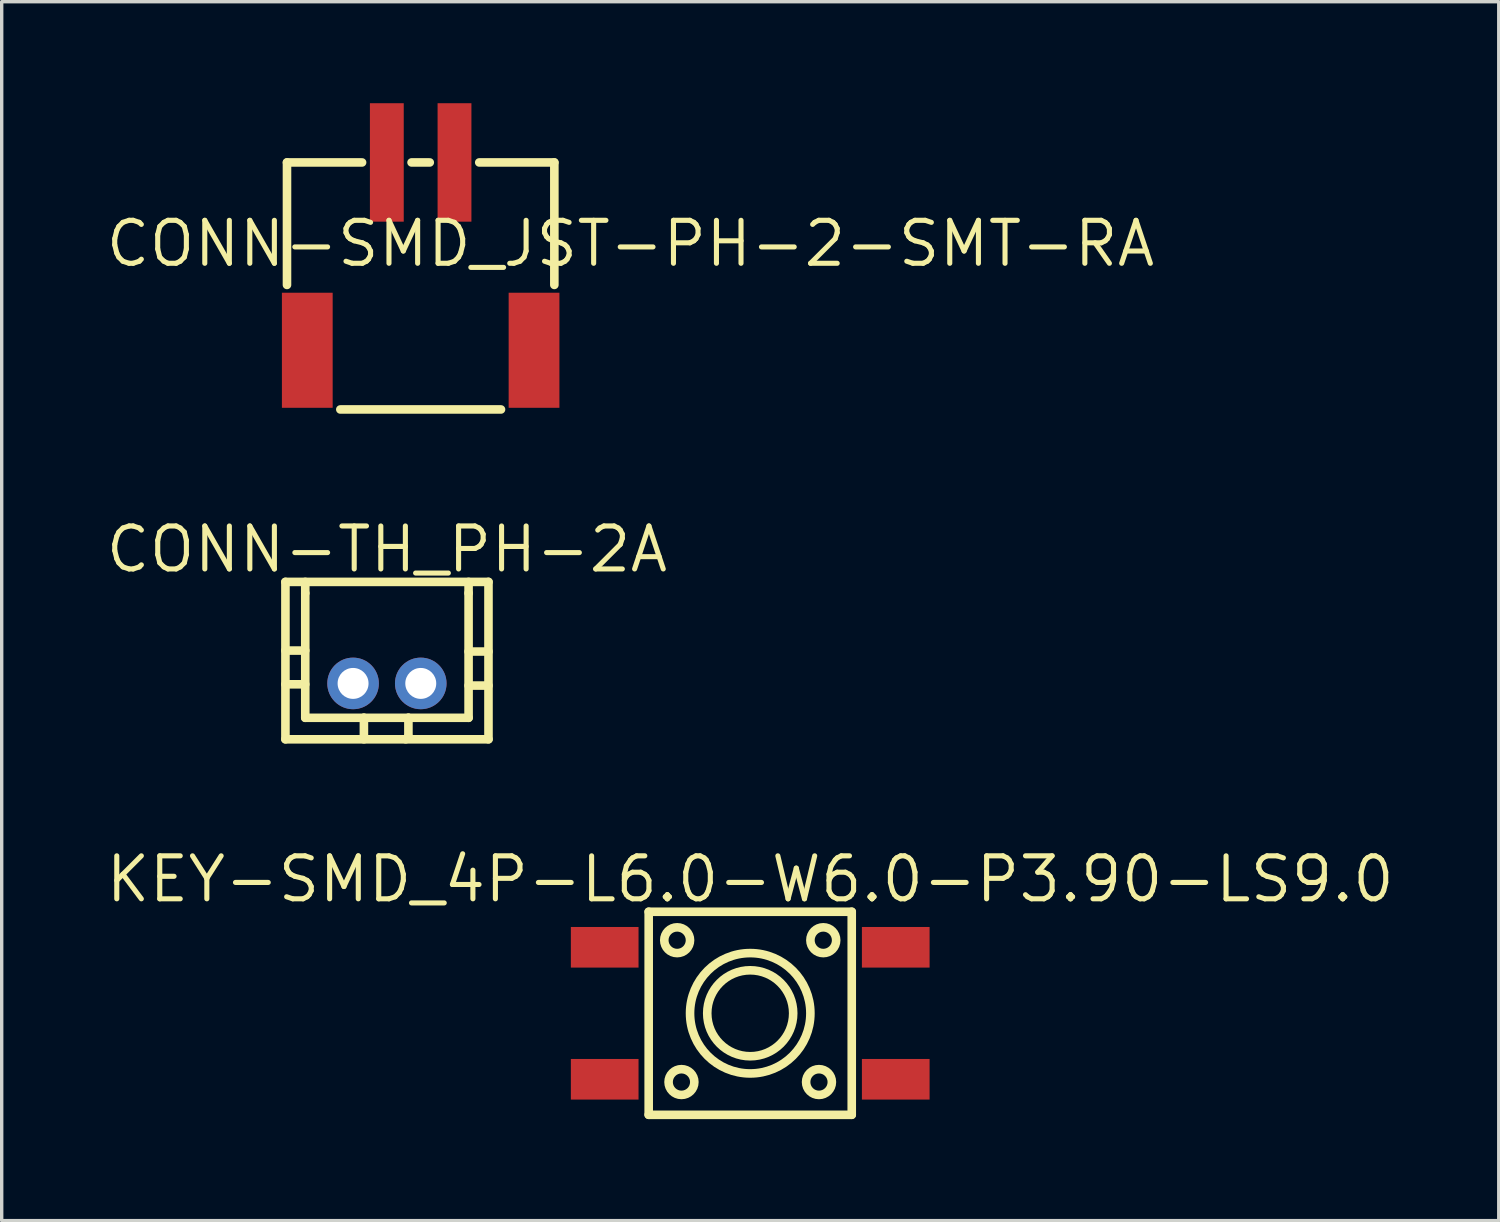
<source format=kicad_pcb>
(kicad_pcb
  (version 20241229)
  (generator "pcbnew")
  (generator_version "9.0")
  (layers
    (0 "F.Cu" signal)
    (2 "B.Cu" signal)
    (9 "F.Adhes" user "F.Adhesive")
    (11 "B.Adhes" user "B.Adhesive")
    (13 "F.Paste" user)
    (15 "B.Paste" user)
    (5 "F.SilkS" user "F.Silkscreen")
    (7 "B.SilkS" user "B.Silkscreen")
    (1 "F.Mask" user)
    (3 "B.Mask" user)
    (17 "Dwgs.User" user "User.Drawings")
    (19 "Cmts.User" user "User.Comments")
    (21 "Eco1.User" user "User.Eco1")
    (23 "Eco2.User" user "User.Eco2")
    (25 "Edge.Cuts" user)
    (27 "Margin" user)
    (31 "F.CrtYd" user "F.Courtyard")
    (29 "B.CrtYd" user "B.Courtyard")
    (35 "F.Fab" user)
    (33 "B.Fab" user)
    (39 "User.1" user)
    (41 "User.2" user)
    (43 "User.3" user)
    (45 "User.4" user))
  (footprint "KEY-SMD_4P-L6.0-W6.0-P3.90-LS9.0"
    (layer "F.Cu")
    (at 19.118 26.891)
    (property "Reference" "KEY-SMD_4P-L6.0-W6.0-P3.90-LS9.0" (at 0 -3.962 0) (layer "F.SilkS") (effects (font (size 1.27 1.27) (thickness 0.15))))
    (fp_line (start -3 -3) (end 3 -3) (stroke (width 0.254) (type default)) (layer "F.SilkS"))
    (fp_line (start -3 3) (end -3 -3) (stroke (width 0.254) (type default)) (layer "F.SilkS"))
    (fp_line (start 3 -3) (end 3 3) (stroke (width 0.254) (type default)) (layer "F.SilkS"))
    (fp_line (start 3 3) (end -3 3) (stroke (width 0.254) (type default)) (layer "F.SilkS"))
    (fp_circle (center -2.159 -2.159) (end -1.778 -2.159) (stroke (width 0.254) (type default)) (fill no) (layer "F.SilkS"))
    (fp_circle (center -2.032 2.032) (end -1.651 2.032) (stroke (width 0.254) (type default)) (fill no) (layer "F.SilkS"))
    (fp_circle (center -0.0001 -0.0001) (end 1.27 -0.0001) (stroke (width 0.254) (type default)) (fill no) (layer "F.SilkS"))
    (fp_circle (center -0.0001 -0.0001) (end 1.778 -0.0001) (stroke (width 0.254) (type default)) (fill no) (layer "F.SilkS"))
    (fp_circle (center 2.032 2.032) (end 2.413 2.032) (stroke (width 0.254) (type default)) (fill no) (layer "F.SilkS"))
    (fp_circle (center 2.159 -2.159) (end 2.54 -2.159) (stroke (width 0.254) (type default)) (fill no) (layer "F.SilkS"))
    (fp_circle (center -4.5 -3) (end -4.47 -3) (stroke (width 0.06) (type default)) (fill no) (layer "User.5"))
    (pad "1" smd rect (at -4.3 -1.95) (size 2 1.2) (layers "F.Cu" "F.Mask" "F.Paste"))
    (pad "2" smd rect (at 4.3 -1.95) (size 2 1.2) (layers "F.Cu" "F.Mask" "F.Paste"))
    (pad "3" smd rect (at -4.3 1.95) (size 2 1.2) (layers "F.Cu" "F.Mask" "F.Paste"))
    (pad "4" smd rect (at 4.3 1.95) (size 2 1.2) (layers "F.Cu" "F.Mask" "F.Paste"))
    (zone (net_name "") (layer "User.3") (hatch edge 0.5) (priority 100) (connect_pads yes) (min_thickness 0) (filled_areas_thickness no) (fill yes) (polygon (pts (xy 16.118 29.891) (xy 16.118 23.891) (xy 22.118 23.891) (xy 22.118 29.891))) (filled_polygon (layer "User.3") (island) (pts (xy 16.118 29.891) (xy 16.118 23.891) (xy 22.118 23.891) (xy 22.118 29.891))))
    (zone (net_name "") (layer "User.4") (hatch edge 0.5) (priority 100) (connect_pads yes) (min_thickness 0) (filled_areas_thickness no) (fill yes) (polygon (pts (xy 14.618 25.291) (xy 14.618 24.591) (xy 15.418 24.591) (xy 15.418 25.291))) (filled_polygon (layer "User.4") (island) (pts (xy 14.618 25.291) (xy 14.618 24.591) (xy 15.418 24.591) (xy 15.418 25.291))))
    (zone (net_name "") (layer "User.4") (hatch edge 0.5) (priority 100) (connect_pads yes) (min_thickness 0) (filled_areas_thickness no) (fill yes) (polygon (pts (xy 14.618 29.191) (xy 14.618 28.491) (xy 15.418 28.491) (xy 15.418 29.191))) (filled_polygon (layer "User.4") (island) (pts (xy 14.618 29.191) (xy 14.618 28.491) (xy 15.418 28.491) (xy 15.418 29.191))))
    (zone (net_name "") (layer "User.4") (hatch edge 0.5) (priority 100) (connect_pads) (min_thickness 0) (filled_areas_thickness no) (keepout (tracks allowed) (vias allowed) (pads allowed) (copperpour not_allowed) (footprints allowed)) (placement (enabled no)) (fill) (polygon (pts (xy 15.408 25.291) (xy 15.408 24.591) (xy 16.128 24.591) (xy 16.128 25.291))))
    (zone (net_name "") (layer "User.4") (hatch edge 0.5) (priority 100) (connect_pads) (min_thickness 0) (filled_areas_thickness no) (keepout (tracks allowed) (vias allowed) (pads allowed) (copperpour not_allowed) (footprints allowed)) (placement (enabled no)) (fill) (polygon (pts (xy 15.408 29.191) (xy 15.408 28.491) (xy 16.128 28.491) (xy 16.128 29.191))))
    (zone (net_name "") (layer "User.4") (hatch edge 0.5) (priority 100) (connect_pads) (min_thickness 0) (filled_areas_thickness no) (keepout (tracks allowed) (vias allowed) (pads allowed) (copperpour not_allowed) (footprints allowed)) (placement (enabled no)) (fill) (polygon (pts (xy 22.108 25.291) (xy 22.108 24.591) (xy 22.828 24.591) (xy 22.828 25.291))))
    (zone (net_name "") (layer "User.4") (hatch edge 0.5) (priority 100) (connect_pads) (min_thickness 0) (filled_areas_thickness no) (keepout (tracks allowed) (vias allowed) (pads allowed) (copperpour not_allowed) (footprints allowed)) (placement (enabled no)) (fill) (polygon (pts (xy 22.108 29.191) (xy 22.108 28.491) (xy 22.828 28.491) (xy 22.828 29.191))))
    (zone (net_name "") (layer "User.4") (hatch edge 0.5) (priority 100) (connect_pads yes) (min_thickness 0) (filled_areas_thickness no) (fill yes) (polygon (pts (xy 22.818 25.291) (xy 22.818 24.591) (xy 23.618 24.591) (xy 23.618 25.291))) (filled_polygon (layer "User.4") (island) (pts (xy 22.818 25.291) (xy 22.818 24.591) (xy 23.618 24.591) (xy 23.618 25.291))))
    (zone (net_name "") (layer "User.4") (hatch edge 0.5) (priority 100) (connect_pads yes) (min_thickness 0) (filled_areas_thickness no) (fill yes) (polygon (pts (xy 22.818 29.191) (xy 22.818 28.491) (xy 23.618 28.491) (xy 23.618 29.191))) (filled_polygon (layer "User.4") (island) (pts (xy 22.818 29.191) (xy 22.818 28.491) (xy 23.618 28.491) (xy 23.618 29.191)))))
  (footprint "CONN-SMD_JST-PH-2-SMT-RA"
    (layer "F.Cu")
    (at 9.38 4.525)
    (property "Reference" "CONN-SMD_JST-PH-2-SMT-RA" (at 6.2 -0.375 0) (layer "F.SilkS") (effects (font (size 1.27 1.27) (thickness 0.15))))
    (fp_line (start -3.95 -2.775) (end -3.95 0.844) (stroke (width 0.254) (type default)) (layer "F.SilkS"))
    (fp_line (start -3.95 -2.775) (end -1.731 -2.775) (stroke (width 0.254) (type default)) (layer "F.SilkS"))
    (fp_line (start -2.374 4.524) (end 2.374 4.524) (stroke (width 0.254) (type default)) (layer "F.SilkS"))
    (fp_line (start -0.269 -2.775) (end 0.269 -2.775) (stroke (width 0.254) (type default)) (layer "F.SilkS"))
    (fp_line (start 1.731 -2.775) (end 3.95 -2.775) (stroke (width 0.254) (type default)) (layer "F.SilkS"))
    (fp_line (start 3.95 -2.775) (end 3.95 0.844) (stroke (width 0.254) (type default)) (layer "F.SilkS"))
    (pad "1" smd rect (at -1 -2.775) (size 1 3.5) (layers "F.Cu" "F.Mask" "F.Paste"))
    (pad "2" smd rect (at 1 -2.775) (size 1 3.5) (layers "F.Cu" "F.Mask" "F.Paste"))
    (pad "3" smd rect (at -3.35 2.775) (size 1.5 3.4) (layers "F.Cu" "F.Mask" "F.Paste"))
    (pad "4" smd rect (at 3.35 2.775) (size 1.5 3.4) (layers "F.Cu" "F.Mask" "F.Paste"))
    (zone (net_name "") (layer "User.3") (hatch edge 0.5) (priority 100) (connect_pads yes) (min_thickness 0) (filled_areas_thickness no) (fill yes) (polygon (pts (xy 5.43 9.05) (xy 5.43 1.75) (xy 13.33 1.75) (xy 13.33 9.05))) (filled_polygon (layer "User.3") (island) (pts (xy 5.43 9.05) (xy 5.43 1.75) (xy 13.33 1.75) (xy 13.33 9.05)))))
  (footprint "CONN-TH_PH-2A"
    (layer "F.Cu")
    (at 8.383 17.144)
    (property "Reference" "CONN-TH_PH-2A" (at 0.001 -3.962 0) (layer "F.SilkS") (effects (font (size 1.27 1.27) (thickness 0.15))))
    (fp_line (start -2.999 -3) (end -2.999 1.651) (stroke (width 0.254) (type default)) (layer "F.SilkS"))
    (fp_line (start -2.999 -3) (end 3.001 -3) (stroke (width 0.254) (type default)) (layer "F.SilkS"))
    (fp_line (start -2.999 -0.971) (end -2.413 -0.971) (stroke (width 0.254) (type default)) (layer "F.SilkS"))
    (fp_line (start -2.999 0.027) (end -2.413 0.027) (stroke (width 0.254) (type default)) (layer "F.SilkS"))
    (fp_line (start -2.999 1.651) (end 3.001 1.651) (stroke (width 0.254) (type default)) (layer "F.SilkS"))
    (fp_line (start -2.413 -2.667) (end -2.413 -3) (stroke (width 0.254) (type default)) (layer "F.SilkS"))
    (fp_line (start -2.413 -2.667) (end -2.413 1.016) (stroke (width 0.254) (type default)) (layer "F.SilkS"))
    (fp_line (start -2.413 1.016) (end -0.68 1.016) (stroke (width 0.254) (type default)) (layer "F.SilkS"))
    (fp_line (start -0.68 1.016) (end 0.635 1.016) (stroke (width 0.254) (type default)) (layer "F.SilkS"))
    (fp_line (start -0.68 1.651) (end -0.68 1.016) (stroke (width 0.254) (type default)) (layer "F.SilkS"))
    (fp_line (start 0.635 1.016) (end 0.635 1.572) (stroke (width 0.254) (type default)) (layer "F.SilkS"))
    (fp_line (start 0.635 1.016) (end 2.413 1.016) (stroke (width 0.254) (type default)) (layer "F.SilkS"))
    (fp_line (start 0.635 1.572) (end 0.556 1.651) (stroke (width 0.254) (type default)) (layer "F.SilkS"))
    (fp_line (start 2.413 -2.667) (end 2.413 -3) (stroke (width 0.254) (type default)) (layer "F.SilkS"))
    (fp_line (start 2.413 -0.942) (end 3.001 -0.942) (stroke (width 0.254) (type default)) (layer "F.SilkS"))
    (fp_line (start 2.413 0.064) (end 3.001 0.064) (stroke (width 0.254) (type default)) (layer "F.SilkS"))
    (fp_line (start 2.413 1.016) (end 2.413 -2.667) (stroke (width 0.254) (type default)) (layer "F.SilkS"))
    (fp_line (start 3.001 1.651) (end 3.001 -3) (stroke (width 0.254) (type default)) (layer "F.SilkS"))
    (fp_circle (center -2.999 1.7) (end -2.97 1.7) (stroke (width 0.06) (type default)) (fill no) (layer "User.5"))
    (pad "1" thru_hole oval (at -1 0) (size 1.524 1.524) (drill 0.914) (layers "*.Cu" "*.Mask"))
    (pad "2" thru_hole oval (at 1 0) (size 1.524 1.524) (drill 0.914) (layers "*.Cu" "*.Mask"))
    (zone (net_name "") (layer "Dwgs.User") (hatch edge 0.5) (priority 100) (connect_pads yes) (min_thickness 0) (filled_areas_thickness no) (fill yes) (polygon (pts (xy 7.621 18.795) (xy 7.621 18.16) (xy 9.018 18.16) (xy 9.018 18.795))) (filled_polygon (layer "Dwgs.User") (island) (pts (xy 7.621 18.795) (xy 7.621 18.16) (xy 9.018 18.16) (xy 9.018 18.795))))
    (zone (net_name "") (layer "User.3") (hatch edge 0.5) (priority 100) (connect_pads yes) (min_thickness 0) (filled_areas_thickness no) (fill yes) (polygon (pts (xy 5.383 18.844) (xy 5.383 14.244) (xy 11.383 14.244) (xy 11.383 18.844))) (filled_polygon (layer "User.3") (island) (pts (xy 5.383 18.844) (xy 5.383 14.244) (xy 11.383 14.244) (xy 11.383 18.844))))
    (zone (net_name "") (layer "User.4") (hatch edge 0.5) (priority 100) (connect_pads yes) (min_thickness 0) (filled_areas_thickness no) (fill yes) (polygon (pts (xy 7.133 16.894) (xy 7.633 16.894) (xy 7.633 17.394) (xy 7.133 17.394))) (filled_polygon (layer "User.4") (island) (pts (xy 7.133 16.894) (xy 7.633 16.894) (xy 7.633 17.394) (xy 7.133 17.394))))
    (zone (net_name "") (layer "User.4") (hatch edge 0.5) (priority 100) (connect_pads yes) (min_thickness 0) (filled_areas_thickness no) (fill yes) (polygon (pts (xy 9.133 16.894) (xy 9.633 16.894) (xy 9.633 17.394) (xy 9.133 17.394))) (filled_polygon (layer "User.4") (island) (pts (xy 9.133 16.894) (xy 9.633 16.894) (xy 9.633 17.394) (xy 9.133 17.394)))))
  (gr_rect
    (start -3 -3)
    (end 41.236 33.018)
    (stroke (width 0.1) (type default))
    (fill no)
    (layer "Edge.Cuts")))
</source>
